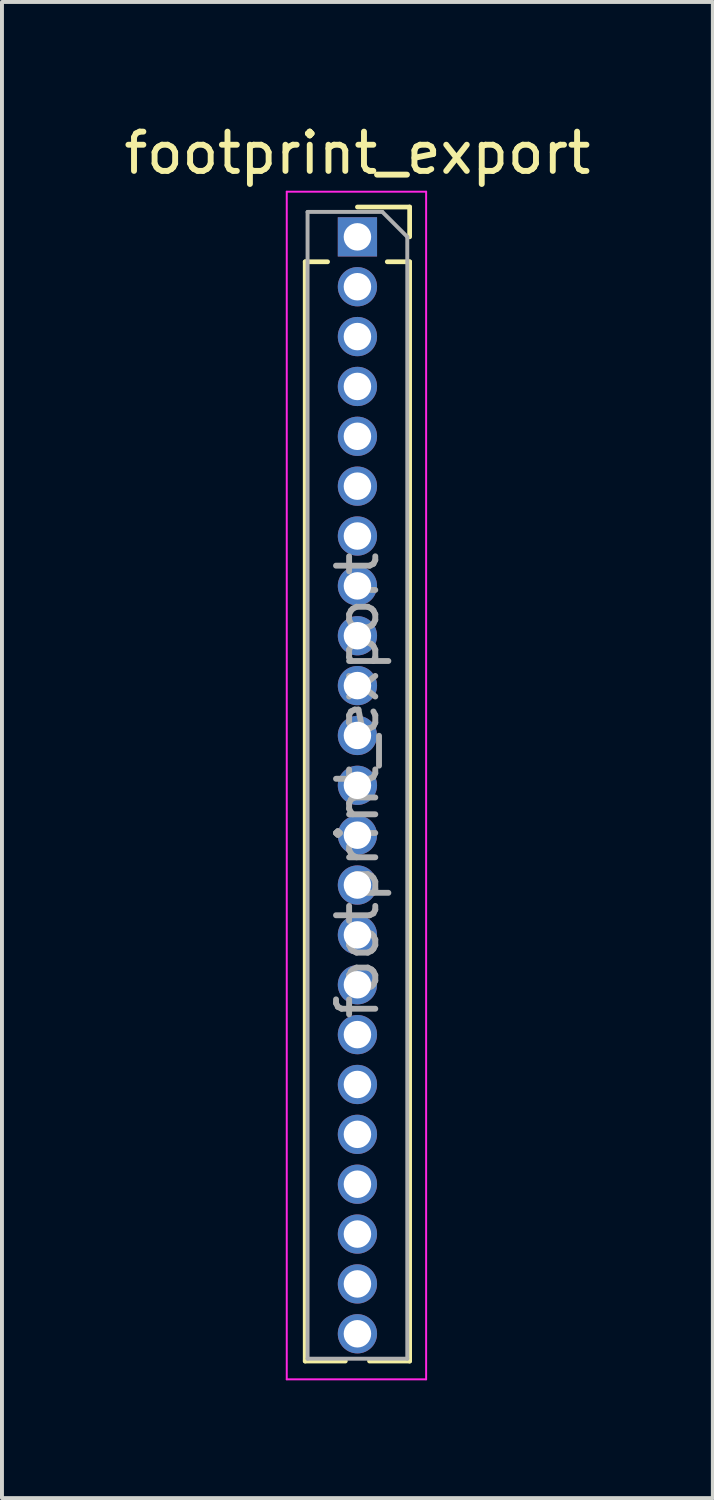
<source format=kicad_pcb>
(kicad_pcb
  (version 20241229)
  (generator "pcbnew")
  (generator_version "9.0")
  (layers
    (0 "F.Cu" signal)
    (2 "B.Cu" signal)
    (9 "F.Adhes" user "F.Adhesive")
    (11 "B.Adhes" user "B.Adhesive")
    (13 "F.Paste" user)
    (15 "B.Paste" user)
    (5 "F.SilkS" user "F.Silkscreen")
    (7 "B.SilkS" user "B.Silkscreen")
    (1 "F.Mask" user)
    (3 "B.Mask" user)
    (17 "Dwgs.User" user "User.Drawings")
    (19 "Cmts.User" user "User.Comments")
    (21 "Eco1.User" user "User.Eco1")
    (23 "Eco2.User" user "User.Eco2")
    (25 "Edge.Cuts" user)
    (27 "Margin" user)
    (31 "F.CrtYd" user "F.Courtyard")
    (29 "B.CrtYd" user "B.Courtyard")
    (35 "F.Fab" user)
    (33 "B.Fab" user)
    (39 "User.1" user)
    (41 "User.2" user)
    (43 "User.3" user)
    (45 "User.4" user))
  (footprint "footprint_export"
    (layer "F.Cu")
    (at 6.054 2.983)
    (property "Reference" "footprint_export" (at 0 -2.135 0) (layer "F.SilkS") (effects (font (size 1 1) (thickness 0.15))))
    (attr through_hole)
    (fp_line (start -1.33 0.635) (end -1.33 28.635) (stroke (width 0.12) (type solid)) (layer "F.SilkS"))
    (fp_line (start -1.33 0.635) (end -0.76 0.635) (stroke (width 0.12) (type solid)) (layer "F.SilkS"))
    (fp_line (start -1.33 28.635) (end -0.308 28.635) (stroke (width 0.12) (type solid)) (layer "F.SilkS"))
    (fp_line (start 0 -0.76) (end 1.33 -0.76) (stroke (width 0.12) (type solid)) (layer "F.SilkS"))
    (fp_line (start 0.308 28.635) (end 1.33 28.635) (stroke (width 0.12) (type solid)) (layer "F.SilkS"))
    (fp_line (start 0.76 0.635) (end 1.33 0.635) (stroke (width 0.12) (type solid)) (layer "F.SilkS"))
    (fp_line (start 1.33 -0.76) (end 1.33 0) (stroke (width 0.12) (type solid)) (layer "F.SilkS"))
    (fp_line (start 1.33 0.635) (end 1.33 28.635) (stroke (width 0.12) (type solid)) (layer "F.SilkS"))
    (fp_line (start -1.8 -1.15) (end 1.75 -1.15) (stroke (width 0.05) (type solid)) (layer "F.CrtYd"))
    (fp_line (start -1.8 29.1) (end -1.8 -1.15) (stroke (width 0.05) (type solid)) (layer "F.CrtYd"))
    (fp_line (start 1.75 -1.15) (end 1.75 29.1) (stroke (width 0.05) (type solid)) (layer "F.CrtYd"))
    (fp_line (start 1.75 29.1) (end -1.8 29.1) (stroke (width 0.05) (type solid)) (layer "F.CrtYd"))
    (fp_line (start -1.27 -0.635) (end 0.635 -0.635) (stroke (width 0.1) (type solid)) (layer "F.Fab"))
    (fp_line (start -1.27 28.575) (end -1.27 -0.635) (stroke (width 0.1) (type solid)) (layer "F.Fab"))
    (fp_line (start 0.635 -0.635) (end 1.27 0) (stroke (width 0.1) (type solid)) (layer "F.Fab"))
    (fp_line (start 1.27 0) (end 1.27 28.575) (stroke (width 0.1) (type solid)) (layer "F.Fab"))
    (fp_line (start 1.27 28.575) (end -1.27 28.575) (stroke (width 0.1) (type solid)) (layer "F.Fab"))
    (fp_text user "${REFERENCE}" (at 0 13.97 90) (layer "F.Fab") (effects (font (size 1 1) (thickness 0.15))))
    (pad "1" thru_hole rect (at 0 0) (size 1 1) (drill 0.7) (layers "*.Cu" "*.Mask"))
    (pad "2" thru_hole oval (at 0 1.27) (size 1 1) (drill 0.7) (layers "*.Cu" "*.Mask"))
    (pad "3" thru_hole oval (at 0 2.54) (size 1 1) (drill 0.7) (layers "*.Cu" "*.Mask"))
    (pad "4" thru_hole oval (at 0 3.81) (size 1 1) (drill 0.7) (layers "*.Cu" "*.Mask"))
    (pad "5" thru_hole oval (at 0 5.08) (size 1 1) (drill 0.7) (layers "*.Cu" "*.Mask"))
    (pad "6" thru_hole oval (at 0 6.35) (size 1 1) (drill 0.7) (layers "*.Cu" "*.Mask"))
    (pad "7" thru_hole oval (at 0 7.62) (size 1 1) (drill 0.7) (layers "*.Cu" "*.Mask"))
    (pad "8" thru_hole oval (at 0 8.89) (size 1 1) (drill 0.7) (layers "*.Cu" "*.Mask"))
    (pad "9" thru_hole oval (at 0 10.16) (size 1 1) (drill 0.7) (layers "*.Cu" "*.Mask"))
    (pad "10" thru_hole oval (at 0 11.43) (size 1 1) (drill 0.7) (layers "*.Cu" "*.Mask"))
    (pad "11" thru_hole oval (at 0 12.7) (size 1 1) (drill 0.7) (layers "*.Cu" "*.Mask"))
    (pad "12" thru_hole oval (at 0 13.97) (size 1 1) (drill 0.7) (layers "*.Cu" "*.Mask"))
    (pad "13" thru_hole oval (at 0 15.24) (size 1 1) (drill 0.7) (layers "*.Cu" "*.Mask"))
    (pad "14" thru_hole oval (at 0 16.51) (size 1 1) (drill 0.7) (layers "*.Cu" "*.Mask"))
    (pad "15" thru_hole oval (at 0 17.78) (size 1 1) (drill 0.7) (layers "*.Cu" "*.Mask"))
    (pad "16" thru_hole oval (at 0 19.05) (size 1 1) (drill 0.7) (layers "*.Cu" "*.Mask"))
    (pad "17" thru_hole oval (at 0 20.32) (size 1 1) (drill 0.7) (layers "*.Cu" "*.Mask"))
    (pad "18" thru_hole oval (at 0 21.59) (size 1 1) (drill 0.7) (layers "*.Cu" "*.Mask"))
    (pad "19" thru_hole oval (at 0 22.86) (size 1 1) (drill 0.7) (layers "*.Cu" "*.Mask"))
    (pad "20" thru_hole oval (at 0 24.13) (size 1 1) (drill 0.7) (layers "*.Cu" "*.Mask"))
    (pad "21" thru_hole oval (at 0 25.4) (size 1 1) (drill 0.7) (layers "*.Cu" "*.Mask"))
    (pad "22" thru_hole oval (at 0 26.67) (size 1 1) (drill 0.7) (layers "*.Cu" "*.Mask"))
    (pad "23" thru_hole oval (at 0 27.94) (size 1 1) (drill 0.7) (layers "*.Cu" "*.Mask")))
  (gr_rect
    (start -3 -3)
    (end 15.107 35.108)
    (stroke (width 0.1) (type default))
    (fill no)
    (layer "Edge.Cuts")))
</source>
